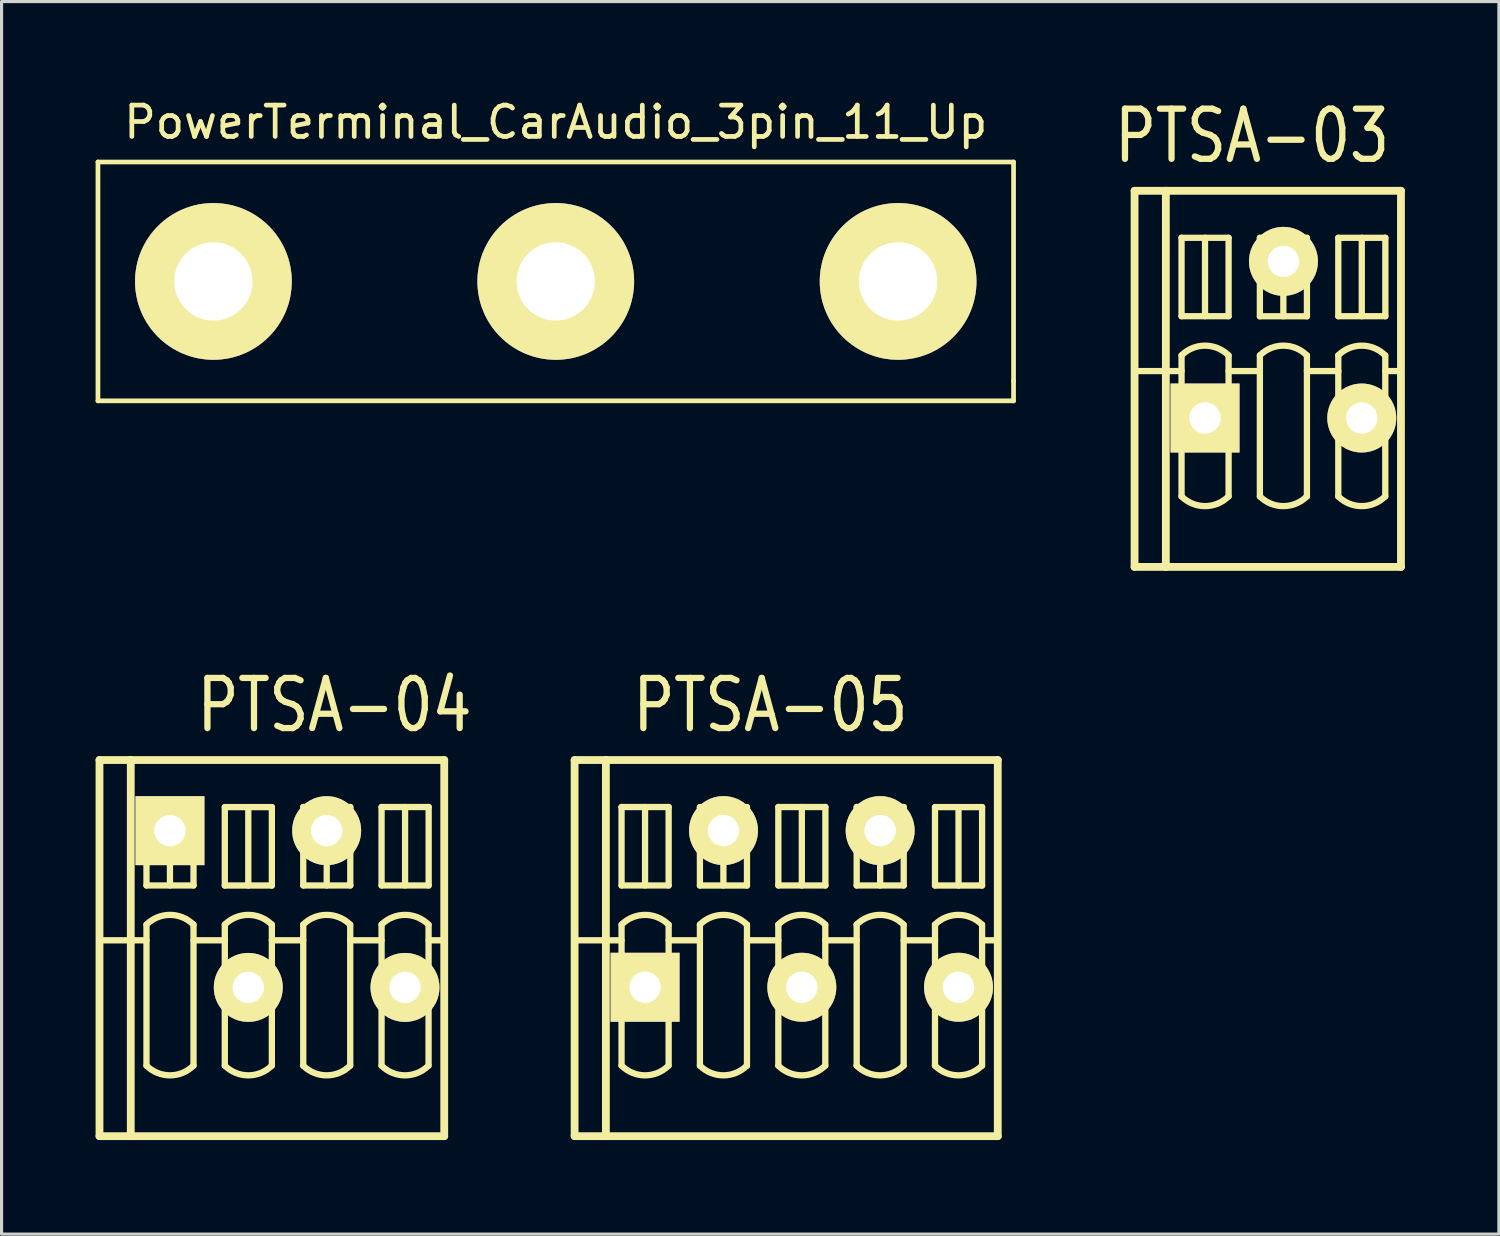
<source format=kicad_pcb>
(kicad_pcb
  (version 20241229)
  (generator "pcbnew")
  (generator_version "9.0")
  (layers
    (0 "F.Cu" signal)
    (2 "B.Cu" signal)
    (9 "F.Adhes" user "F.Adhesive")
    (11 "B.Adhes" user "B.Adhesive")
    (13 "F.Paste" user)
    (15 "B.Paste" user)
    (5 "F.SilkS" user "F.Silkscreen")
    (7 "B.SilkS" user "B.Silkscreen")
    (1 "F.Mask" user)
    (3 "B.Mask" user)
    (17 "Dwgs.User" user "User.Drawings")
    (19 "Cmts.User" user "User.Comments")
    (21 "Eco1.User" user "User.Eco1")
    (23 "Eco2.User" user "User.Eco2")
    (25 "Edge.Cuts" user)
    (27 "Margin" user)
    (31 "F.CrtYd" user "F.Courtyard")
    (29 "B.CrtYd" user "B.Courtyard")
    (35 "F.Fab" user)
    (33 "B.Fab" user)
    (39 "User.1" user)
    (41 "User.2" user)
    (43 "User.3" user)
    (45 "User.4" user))
  (footprint "PTSA-05"
    (layer "F.Cu")
    (at 22.53 25.947)
    (property "Reference" "PTSA-05" (at -1.001 -6.5 0) (layer "F.SilkS") (effects (font (size 1.6 1.3) (thickness 0.2))))
    (attr through_hole)
    (fp_line (start -7.249 -4.75) (end -7.249 7.249) (stroke (width 0.249) (type solid)) (layer "F.SilkS"))
    (fp_line (start -7.249 -4.75) (end -6.251 -4.75) (stroke (width 0.249) (type solid)) (layer "F.SilkS"))
    (fp_line (start -7.249 7.249) (end -6.251 7.249) (stroke (width 0.249) (type solid)) (layer "F.SilkS"))
    (fp_line (start -6.251 1.001) (end -7.249 1.001) (stroke (width 0.201) (type solid)) (layer "F.SilkS"))
    (fp_line (start -6.251 7.249) (end -6.251 -4.75) (stroke (width 0.249) (type solid)) (layer "F.SilkS"))
    (fp_line (start -6.251 7.249) (end 6.251 7.249) (stroke (width 0.249) (type solid)) (layer "F.SilkS"))
    (fp_line (start -5.751 -3.251) (end -4.249 -3.251) (stroke (width 0.201) (type solid)) (layer "F.SilkS"))
    (fp_line (start -5.751 -0.749) (end -5.751 -3.251) (stroke (width 0.201) (type solid)) (layer "F.SilkS"))
    (fp_line (start -5.751 0.5) (end -5.751 5.001) (stroke (width 0.201) (type solid)) (layer "F.SilkS"))
    (fp_line (start -5.751 1.001) (end -6.251 1.001) (stroke (width 0.201) (type solid)) (layer "F.SilkS"))
    (fp_line (start -5.001 -3.251) (end -5.001 -0.749) (stroke (width 0.201) (type solid)) (layer "F.SilkS"))
    (fp_line (start -4.249 -3.251) (end -4.249 -0.749) (stroke (width 0.201) (type solid)) (layer "F.SilkS"))
    (fp_line (start -4.249 -0.749) (end -5.751 -0.749) (stroke (width 0.201) (type solid)) (layer "F.SilkS"))
    (fp_line (start -4.249 1.001) (end -3.251 1.001) (stroke (width 0.201) (type solid)) (layer "F.SilkS"))
    (fp_line (start -4.249 5.001) (end -4.249 0.5) (stroke (width 0.201) (type solid)) (layer "F.SilkS"))
    (fp_line (start -3.251 -3.249) (end -1.75 -3.249) (stroke (width 0.201) (type solid)) (layer "F.SilkS"))
    (fp_line (start -3.251 -0.747) (end -3.251 -3.249) (stroke (width 0.201) (type solid)) (layer "F.SilkS"))
    (fp_line (start -3.251 0.5) (end -3.251 5.001) (stroke (width 0.201) (type solid)) (layer "F.SilkS"))
    (fp_line (start -2.502 -3.249) (end -2.502 -0.747) (stroke (width 0.201) (type solid)) (layer "F.SilkS"))
    (fp_line (start -1.75 -3.249) (end -1.75 -0.747) (stroke (width 0.201) (type solid)) (layer "F.SilkS"))
    (fp_line (start -1.75 -0.747) (end -3.251 -0.747) (stroke (width 0.201) (type solid)) (layer "F.SilkS"))
    (fp_line (start -1.75 1.001) (end -0.749 1.001) (stroke (width 0.201) (type solid)) (layer "F.SilkS"))
    (fp_line (start -1.75 5.001) (end -1.75 0.5) (stroke (width 0.201) (type solid)) (layer "F.SilkS"))
    (fp_line (start -0.749 -3.251) (end 0.752 -3.251) (stroke (width 0.201) (type solid)) (layer "F.SilkS"))
    (fp_line (start -0.749 -0.749) (end -0.749 -3.251) (stroke (width 0.201) (type solid)) (layer "F.SilkS"))
    (fp_line (start -0.749 0.5) (end -0.749 5.001) (stroke (width 0.201) (type solid)) (layer "F.SilkS"))
    (fp_line (start 0 -3.251) (end 0 -0.749) (stroke (width 0.201) (type solid)) (layer "F.SilkS"))
    (fp_line (start 0.749 1.001) (end 1.75 1.001) (stroke (width 0.201) (type solid)) (layer "F.SilkS"))
    (fp_line (start 0.749 5.001) (end 0.749 0.5) (stroke (width 0.201) (type solid)) (layer "F.SilkS"))
    (fp_line (start 0.752 -3.251) (end 0.752 -0.749) (stroke (width 0.201) (type solid)) (layer "F.SilkS"))
    (fp_line (start 0.752 -0.749) (end -0.749 -0.749) (stroke (width 0.201) (type solid)) (layer "F.SilkS"))
    (fp_line (start 1.75 -3.251) (end 3.251 -3.251) (stroke (width 0.201) (type solid)) (layer "F.SilkS"))
    (fp_line (start 1.75 -0.749) (end 1.75 -3.251) (stroke (width 0.201) (type solid)) (layer "F.SilkS"))
    (fp_line (start 1.75 0.5) (end 1.75 5.001) (stroke (width 0.201) (type solid)) (layer "F.SilkS"))
    (fp_line (start 2.499 -3.251) (end 2.499 -0.749) (stroke (width 0.201) (type solid)) (layer "F.SilkS"))
    (fp_line (start 3.249 1.001) (end 4.249 1.001) (stroke (width 0.201) (type solid)) (layer "F.SilkS"))
    (fp_line (start 3.249 5.001) (end 3.249 0.5) (stroke (width 0.201) (type solid)) (layer "F.SilkS"))
    (fp_line (start 3.251 -3.251) (end 3.251 -0.749) (stroke (width 0.201) (type solid)) (layer "F.SilkS"))
    (fp_line (start 3.251 -0.749) (end 1.75 -0.749) (stroke (width 0.201) (type solid)) (layer "F.SilkS"))
    (fp_line (start 4.249 -3.249) (end 5.751 -3.249) (stroke (width 0.201) (type solid)) (layer "F.SilkS"))
    (fp_line (start 4.249 -0.747) (end 4.249 -3.249) (stroke (width 0.201) (type solid)) (layer "F.SilkS"))
    (fp_line (start 4.249 0.5) (end 4.249 5.001) (stroke (width 0.201) (type solid)) (layer "F.SilkS"))
    (fp_line (start 4.999 -3.249) (end 4.999 -0.747) (stroke (width 0.201) (type solid)) (layer "F.SilkS"))
    (fp_line (start 5.751 -3.249) (end 5.751 -0.747) (stroke (width 0.201) (type solid)) (layer "F.SilkS"))
    (fp_line (start 5.751 -0.747) (end 4.249 -0.747) (stroke (width 0.201) (type solid)) (layer "F.SilkS"))
    (fp_line (start 5.751 1.001) (end 6.251 1.001) (stroke (width 0.201) (type solid)) (layer "F.SilkS"))
    (fp_line (start 5.751 5.001) (end 5.751 0.5) (stroke (width 0.201) (type solid)) (layer "F.SilkS"))
    (fp_line (start 6.251 -4.75) (end -6.251 -4.75) (stroke (width 0.249) (type solid)) (layer "F.SilkS"))
    (fp_line (start 6.251 -4.75) (end 6.251 7.249) (stroke (width 0.249) (type solid)) (layer "F.SilkS"))
    (fp_arc (start -5.75056 0.50038) (mid -5.00126 0.19001) (end -4.25196 0.50038) (stroke (width 0.20066) (type solid)) (layer "F.SilkS"))
    (fp_arc (start -4.25196 4.99872) (mid -5.00126 5.30909) (end -5.75056 4.99872) (stroke (width 0.20066) (type solid)) (layer "F.SilkS"))
    (fp_arc (start -3.2512 0.50038) (mid -2.5019 0.19001) (end -1.7526 0.50038) (stroke (width 0.20066) (type solid)) (layer "F.SilkS"))
    (fp_arc (start -1.7526 4.99872) (mid -2.5019 5.30909) (end -3.2512 4.99872) (stroke (width 0.20066) (type solid)) (layer "F.SilkS"))
    (fp_arc (start -0.75184 0.50038) (mid -0.00254 0.19001) (end 0.74676 0.50038) (stroke (width 0.20066) (type solid)) (layer "F.SilkS"))
    (fp_arc (start 0.74676 4.99872) (mid -0.00254 5.30909) (end -0.75184 4.99872) (stroke (width 0.20066) (type solid)) (layer "F.SilkS"))
    (fp_arc (start 1.74752 0.50038) (mid 2.49682 0.19001) (end 3.24612 0.50038) (stroke (width 0.20066) (type solid)) (layer "F.SilkS"))
    (fp_arc (start 3.24612 4.99872) (mid 2.49682 5.30909) (end 1.74752 4.99872) (stroke (width 0.20066) (type solid)) (layer "F.SilkS"))
    (fp_arc (start 4.24688 0.50038) (mid 4.99618 0.19001) (end 5.74548 0.50038) (stroke (width 0.20066) (type solid)) (layer "F.SilkS"))
    (fp_arc (start 5.74548 4.99872) (mid 4.99618 5.30909) (end 4.24688 4.99872) (stroke (width 0.20066) (type solid)) (layer "F.SilkS"))
    (pad "1" thru_hole rect (at -5.001 2.499) (size 2.2 2.2) (drill 1.001) (layers "*.Cu" "*.Mask" "F.SilkS"))
    (pad "2" thru_hole circle (at -2.499 -2.499) (size 2.2 2.2) (drill 1.001) (layers "*.Cu" "*.Mask" "F.SilkS"))
    (pad "3" thru_hole circle (at 0 2.499) (size 2.2 2.2) (drill 1.001) (layers "*.Cu" "*.Mask" "F.SilkS"))
    (pad "4" thru_hole circle (at 2.499 -2.499) (size 2.2 2.2) (drill 1.001) (layers "*.Cu" "*.Mask" "F.SilkS"))
    (pad "5" thru_hole circle (at 4.999 2.499) (size 2.2 2.2) (drill 1.001) (layers "*.Cu" "*.Mask" "F.SilkS")))
  (footprint "PTSA-03"
    (layer "F.Cu")
    (at 37.895 7.787)
    (property "Reference" "PTSA-03" (at -1.001 -6.5 0) (layer "F.SilkS") (effects (font (size 1.6 1.3) (thickness 0.2))))
    (attr through_hole)
    (fp_line (start -4.75 -4.75) (end -4.75 7.249) (stroke (width 0.249) (type solid)) (layer "F.SilkS"))
    (fp_line (start -4.75 -4.75) (end -3.752 -4.75) (stroke (width 0.249) (type solid)) (layer "F.SilkS"))
    (fp_line (start -4.75 7.249) (end -3.752 7.249) (stroke (width 0.249) (type solid)) (layer "F.SilkS"))
    (fp_line (start -3.752 -4.75) (end 3.749 -4.75) (stroke (width 0.249) (type solid)) (layer "F.SilkS"))
    (fp_line (start -3.752 1.001) (end -4.75 1.001) (stroke (width 0.201) (type solid)) (layer "F.SilkS"))
    (fp_line (start -3.752 7.249) (end -3.752 -4.75) (stroke (width 0.249) (type solid)) (layer "F.SilkS"))
    (fp_line (start -3.251 -3.251) (end -1.75 -3.251) (stroke (width 0.201) (type solid)) (layer "F.SilkS"))
    (fp_line (start -3.251 -0.749) (end -3.251 -3.251) (stroke (width 0.201) (type solid)) (layer "F.SilkS"))
    (fp_line (start -3.251 0.5) (end -3.251 5.001) (stroke (width 0.201) (type solid)) (layer "F.SilkS"))
    (fp_line (start -3.251 1.001) (end -3.752 1.001) (stroke (width 0.201) (type solid)) (layer "F.SilkS"))
    (fp_line (start -2.502 -3.251) (end -2.502 -0.749) (stroke (width 0.201) (type solid)) (layer "F.SilkS"))
    (fp_line (start -1.75 -3.251) (end -1.75 -0.749) (stroke (width 0.201) (type solid)) (layer "F.SilkS"))
    (fp_line (start -1.75 -0.749) (end -3.251 -0.749) (stroke (width 0.201) (type solid)) (layer "F.SilkS"))
    (fp_line (start -1.75 1.001) (end -0.752 1.001) (stroke (width 0.201) (type solid)) (layer "F.SilkS"))
    (fp_line (start -1.75 5.001) (end -1.75 0.5) (stroke (width 0.201) (type solid)) (layer "F.SilkS"))
    (fp_line (start -0.752 -3.249) (end 0.749 -3.249) (stroke (width 0.201) (type solid)) (layer "F.SilkS"))
    (fp_line (start -0.752 -0.747) (end -0.752 -3.249) (stroke (width 0.201) (type solid)) (layer "F.SilkS"))
    (fp_line (start -0.752 0.5) (end -0.752 5.001) (stroke (width 0.201) (type solid)) (layer "F.SilkS"))
    (fp_line (start -0.003 -3.249) (end -0.003 -0.747) (stroke (width 0.201) (type solid)) (layer "F.SilkS"))
    (fp_line (start 0.749 -3.249) (end 0.749 -0.747) (stroke (width 0.201) (type solid)) (layer "F.SilkS"))
    (fp_line (start 0.749 -0.747) (end -0.752 -0.747) (stroke (width 0.201) (type solid)) (layer "F.SilkS"))
    (fp_line (start 0.749 1.001) (end 1.75 1.001) (stroke (width 0.201) (type solid)) (layer "F.SilkS"))
    (fp_line (start 0.749 5.001) (end 0.749 0.5) (stroke (width 0.201) (type solid)) (layer "F.SilkS"))
    (fp_line (start 1.75 -3.251) (end 3.251 -3.251) (stroke (width 0.201) (type solid)) (layer "F.SilkS"))
    (fp_line (start 1.75 -0.749) (end 1.75 -3.251) (stroke (width 0.201) (type solid)) (layer "F.SilkS"))
    (fp_line (start 1.75 0.5) (end 1.75 5.001) (stroke (width 0.201) (type solid)) (layer "F.SilkS"))
    (fp_line (start 2.499 -3.251) (end 2.499 -0.749) (stroke (width 0.201) (type solid)) (layer "F.SilkS"))
    (fp_line (start 3.249 5.001) (end 3.249 0.5) (stroke (width 0.201) (type solid)) (layer "F.SilkS"))
    (fp_line (start 3.251 -3.251) (end 3.251 -0.749) (stroke (width 0.201) (type solid)) (layer "F.SilkS"))
    (fp_line (start 3.251 -0.749) (end 1.75 -0.749) (stroke (width 0.201) (type solid)) (layer "F.SilkS"))
    (fp_line (start 3.251 1.001) (end 3.752 1.001) (stroke (width 0.201) (type solid)) (layer "F.SilkS"))
    (fp_line (start 3.749 -4.75) (end 3.749 7.249) (stroke (width 0.249) (type solid)) (layer "F.SilkS"))
    (fp_line (start 3.749 7.249) (end -3.752 7.249) (stroke (width 0.249) (type solid)) (layer "F.SilkS"))
    (fp_arc (start -3.2512 0.50038) (mid -2.5019 0.19001) (end -1.7526 0.50038) (stroke (width 0.20066) (type solid)) (layer "F.SilkS"))
    (fp_arc (start -1.7526 4.99872) (mid -2.5019 5.30909) (end -3.2512 4.99872) (stroke (width 0.20066) (type solid)) (layer "F.SilkS"))
    (fp_arc (start -0.75184 0.50038) (mid -0.00254 0.19001) (end 0.74676 0.50038) (stroke (width 0.20066) (type solid)) (layer "F.SilkS"))
    (fp_arc (start 0.74676 4.99872) (mid -0.00254 5.30909) (end -0.75184 4.99872) (stroke (width 0.20066) (type solid)) (layer "F.SilkS"))
    (fp_arc (start 1.74752 0.50038) (mid 2.49682 0.19001) (end 3.24612 0.50038) (stroke (width 0.20066) (type solid)) (layer "F.SilkS"))
    (fp_arc (start 3.24612 4.99872) (mid 2.49682 5.30909) (end 1.74752 4.99872) (stroke (width 0.20066) (type solid)) (layer "F.SilkS"))
    (pad "1" thru_hole rect (at -2.502 2.499) (size 2.2 2.2) (drill 1.001) (layers "*.Cu" "*.Mask" "F.SilkS"))
    (pad "2" thru_hole circle (at 0 -2.499) (size 2.2 2.2) (drill 1.001) (layers "*.Cu" "*.Mask" "F.SilkS"))
    (pad "3" thru_hole circle (at 2.499 2.499) (size 2.2 2.2) (drill 1.001) (layers "*.Cu" "*.Mask" "F.SilkS")))
  (footprint "PowerTerminal_CarAudio_3pin_11_Up"
    (layer "F.Cu")
    (at 14.68 5.928)
    (property "Reference" "PowerTerminal_CarAudio_3pin_11_Up" (at 0 -5.08 0) (layer "F.SilkS") (effects (font (size 1 1) (thickness 0.15))))
    (attr through_hole)
    (fp_line (start -14.605 -3.81) (end 14.605 -3.81) (stroke (width 0.15) (type solid)) (layer "F.SilkS"))
    (fp_line (start -14.605 3.81) (end -14.605 -3.81) (stroke (width 0.15) (type solid)) (layer "F.SilkS"))
    (fp_line (start 14.605 -3.81) (end 14.605 3.175) (stroke (width 0.15) (type solid)) (layer "F.SilkS"))
    (fp_line (start 14.605 3.175) (end 14.605 3.81) (stroke (width 0.15) (type solid)) (layer "F.SilkS"))
    (fp_line (start 14.605 3.81) (end -14.605 3.81) (stroke (width 0.15) (type solid)) (layer "F.SilkS"))
    (pad "1" thru_hole circle (at -10.922 0) (size 5 5) (drill 2.5) (layers "*.Cu" "*.Mask" "F.SilkS"))
    (pad "2" thru_hole circle (at 0 0) (size 5 5) (drill 2.5) (layers "*.Cu" "*.Mask" "F.SilkS"))
    (pad "3" thru_hole circle (at 10.922 0) (size 5 5) (drill 2.5) (layers "*.Cu" "*.Mask" "F.SilkS")))
  (footprint "PTSA-04"
    (layer "F.Cu")
    (at 8.623 25.947)
    (property "Reference" "PTSA-04" (at -1.001 -6.5 0) (layer "F.SilkS") (effects (font (size 1.6 1.3) (thickness 0.2))))
    (attr through_hole)
    (fp_line (start -8.499 -4.75) (end -8.499 7.249) (stroke (width 0.249) (type solid)) (layer "F.SilkS"))
    (fp_line (start -8.499 -4.75) (end -7.501 -4.75) (stroke (width 0.249) (type solid)) (layer "F.SilkS"))
    (fp_line (start -8.499 7.249) (end -7.501 7.249) (stroke (width 0.249) (type solid)) (layer "F.SilkS"))
    (fp_line (start -7.501 -4.75) (end 2.499 -4.75) (stroke (width 0.249) (type solid)) (layer "F.SilkS"))
    (fp_line (start -7.501 1.001) (end -8.499 1.001) (stroke (width 0.201) (type solid)) (layer "F.SilkS"))
    (fp_line (start -7.501 7.249) (end -7.501 -4.75) (stroke (width 0.249) (type solid)) (layer "F.SilkS"))
    (fp_line (start -7 -3.251) (end -5.499 -3.251) (stroke (width 0.201) (type solid)) (layer "F.SilkS"))
    (fp_line (start -7 -0.749) (end -7 -3.251) (stroke (width 0.201) (type solid)) (layer "F.SilkS"))
    (fp_line (start -7 0.5) (end -7 5.001) (stroke (width 0.201) (type solid)) (layer "F.SilkS"))
    (fp_line (start -7 1.001) (end -7.501 1.001) (stroke (width 0.201) (type solid)) (layer "F.SilkS"))
    (fp_line (start -6.251 -3.251) (end -6.251 -0.749) (stroke (width 0.201) (type solid)) (layer "F.SilkS"))
    (fp_line (start -5.499 -3.251) (end -5.499 -0.749) (stroke (width 0.201) (type solid)) (layer "F.SilkS"))
    (fp_line (start -5.499 -0.749) (end -7 -0.749) (stroke (width 0.201) (type solid)) (layer "F.SilkS"))
    (fp_line (start -5.499 1.001) (end -4.501 1.001) (stroke (width 0.201) (type solid)) (layer "F.SilkS"))
    (fp_line (start -5.499 5.001) (end -5.499 0.5) (stroke (width 0.201) (type solid)) (layer "F.SilkS"))
    (fp_line (start -4.501 -3.249) (end -3 -3.249) (stroke (width 0.201) (type solid)) (layer "F.SilkS"))
    (fp_line (start -4.501 -0.747) (end -4.501 -3.249) (stroke (width 0.201) (type solid)) (layer "F.SilkS"))
    (fp_line (start -4.501 0.5) (end -4.501 5.001) (stroke (width 0.201) (type solid)) (layer "F.SilkS"))
    (fp_line (start -3.752 -3.249) (end -3.752 -0.747) (stroke (width 0.201) (type solid)) (layer "F.SilkS"))
    (fp_line (start -3 -3.249) (end -3 -0.747) (stroke (width 0.201) (type solid)) (layer "F.SilkS"))
    (fp_line (start -3 -0.747) (end -4.501 -0.747) (stroke (width 0.201) (type solid)) (layer "F.SilkS"))
    (fp_line (start -3 1.001) (end -1.999 1.001) (stroke (width 0.201) (type solid)) (layer "F.SilkS"))
    (fp_line (start -3 5.001) (end -3 0.5) (stroke (width 0.201) (type solid)) (layer "F.SilkS"))
    (fp_line (start -1.999 -3.251) (end -0.498 -3.251) (stroke (width 0.201) (type solid)) (layer "F.SilkS"))
    (fp_line (start -1.999 -0.749) (end -1.999 -3.251) (stroke (width 0.201) (type solid)) (layer "F.SilkS"))
    (fp_line (start -1.999 0.5) (end -1.999 5.001) (stroke (width 0.201) (type solid)) (layer "F.SilkS"))
    (fp_line (start -1.25 -3.251) (end -1.25 -0.749) (stroke (width 0.201) (type solid)) (layer "F.SilkS"))
    (fp_line (start -0.5 1.001) (end 0.5 1.001) (stroke (width 0.201) (type solid)) (layer "F.SilkS"))
    (fp_line (start -0.5 5.001) (end -0.5 0.5) (stroke (width 0.201) (type solid)) (layer "F.SilkS"))
    (fp_line (start -0.498 -3.251) (end -0.498 -0.749) (stroke (width 0.201) (type solid)) (layer "F.SilkS"))
    (fp_line (start -0.498 -0.749) (end -1.999 -0.749) (stroke (width 0.201) (type solid)) (layer "F.SilkS"))
    (fp_line (start 0.5 -3.251) (end 2.002 -3.251) (stroke (width 0.201) (type solid)) (layer "F.SilkS"))
    (fp_line (start 0.5 -0.749) (end 0.5 -3.251) (stroke (width 0.201) (type solid)) (layer "F.SilkS"))
    (fp_line (start 0.5 0.5) (end 0.5 5.001) (stroke (width 0.201) (type solid)) (layer "F.SilkS"))
    (fp_line (start 1.25 -3.251) (end 1.25 -0.749) (stroke (width 0.201) (type solid)) (layer "F.SilkS"))
    (fp_line (start 1.999 5.001) (end 1.999 0.5) (stroke (width 0.201) (type solid)) (layer "F.SilkS"))
    (fp_line (start 2.002 -3.251) (end 2.002 -0.749) (stroke (width 0.201) (type solid)) (layer "F.SilkS"))
    (fp_line (start 2.002 -0.749) (end 0.5 -0.749) (stroke (width 0.201) (type solid)) (layer "F.SilkS"))
    (fp_line (start 2.002 1.001) (end 2.502 1.001) (stroke (width 0.201) (type solid)) (layer "F.SilkS"))
    (fp_line (start 2.499 -4.75) (end 2.499 7.249) (stroke (width 0.249) (type solid)) (layer "F.SilkS"))
    (fp_line (start 2.499 7.249) (end -7.501 7.249) (stroke (width 0.249) (type solid)) (layer "F.SilkS"))
    (fp_arc (start -7.00024 0.50038) (mid -6.25094 0.19001) (end -5.50164 0.50038) (stroke (width 0.20066) (type solid)) (layer "F.SilkS"))
    (fp_arc (start -5.50164 4.99872) (mid -6.25094 5.30909) (end -7.00024 4.99872) (stroke (width 0.20066) (type solid)) (layer "F.SilkS"))
    (fp_arc (start -4.50088 0.50038) (mid -3.75158 0.19001) (end -3.00228 0.50038) (stroke (width 0.20066) (type solid)) (layer "F.SilkS"))
    (fp_arc (start -3.00228 4.99872) (mid -3.75158 5.30909) (end -4.50088 4.99872) (stroke (width 0.20066) (type solid)) (layer "F.SilkS"))
    (fp_arc (start -2.00152 0.50038) (mid -1.25222 0.19001) (end -0.50292 0.50038) (stroke (width 0.20066) (type solid)) (layer "F.SilkS"))
    (fp_arc (start -0.50292 4.99872) (mid -1.25222 5.30909) (end -2.00152 4.99872) (stroke (width 0.20066) (type solid)) (layer "F.SilkS"))
    (fp_arc (start 0.49784 0.50038) (mid 1.24714 0.19001) (end 1.99644 0.50038) (stroke (width 0.20066) (type solid)) (layer "F.SilkS"))
    (fp_arc (start 1.99644 4.99872) (mid 1.24714 5.30909) (end 0.49784 4.99872) (stroke (width 0.20066) (type solid)) (layer "F.SilkS"))
    (pad "1" thru_hole rect (at -6.251 -2.497) (size 2.2 2.2) (drill 1.001) (layers "*.Cu" "*.Mask" "F.SilkS"))
    (pad "2" thru_hole circle (at -3.752 2.504) (size 2.2 2.2) (drill 1.001) (layers "*.Cu" "*.Mask" "F.SilkS"))
    (pad "3" thru_hole circle (at -1.252 -2.497) (size 2.2 2.2) (drill 1.001) (layers "*.Cu" "*.Mask" "F.SilkS"))
    (pad "4" thru_hole circle (at 1.247 2.504) (size 2.2 2.2) (drill 1.001) (layers "*.Cu" "*.Mask" "F.SilkS")))
  (gr_rect
    (start -3 -3)
    (end 44.769 36.321)
    (stroke (width 0.1) (type default))
    (fill no)
    (layer "Edge.Cuts")))
</source>
